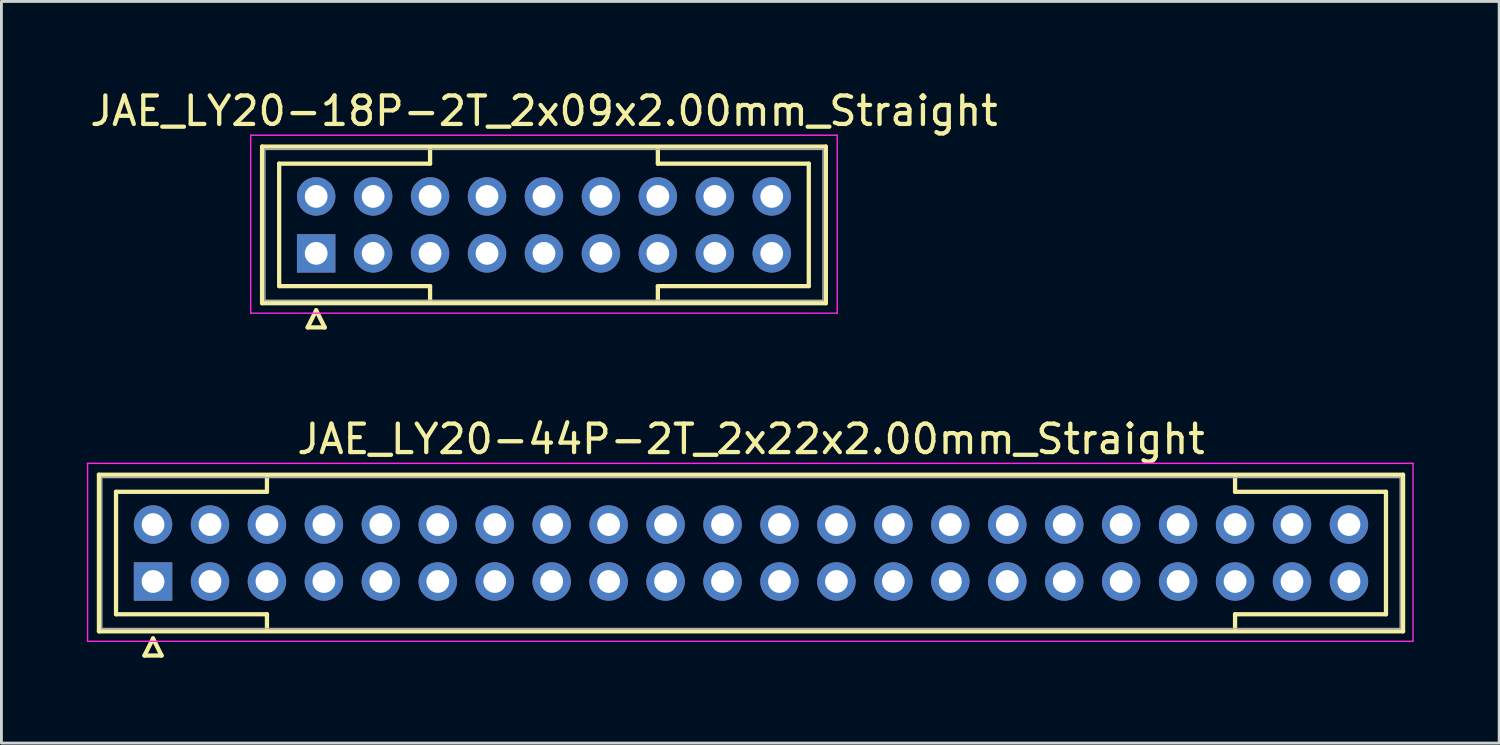
<source format=kicad_pcb>
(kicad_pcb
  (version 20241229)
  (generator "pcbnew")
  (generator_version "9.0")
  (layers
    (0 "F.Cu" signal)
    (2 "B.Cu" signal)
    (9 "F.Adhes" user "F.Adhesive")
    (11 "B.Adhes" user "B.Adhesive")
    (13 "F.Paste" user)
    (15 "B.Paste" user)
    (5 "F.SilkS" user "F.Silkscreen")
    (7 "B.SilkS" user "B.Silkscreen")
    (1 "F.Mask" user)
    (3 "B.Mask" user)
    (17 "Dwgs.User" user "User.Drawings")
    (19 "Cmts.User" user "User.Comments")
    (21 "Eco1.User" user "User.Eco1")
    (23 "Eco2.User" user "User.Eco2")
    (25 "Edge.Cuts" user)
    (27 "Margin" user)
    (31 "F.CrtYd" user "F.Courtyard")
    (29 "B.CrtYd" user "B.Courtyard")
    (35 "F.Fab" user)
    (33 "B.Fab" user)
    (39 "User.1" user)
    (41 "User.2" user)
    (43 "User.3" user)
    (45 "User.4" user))
  (footprint "JAE_LY20-18P-2T_2x09x2.00mm_Straight"
    (layer "F.Cu")
    (at 8.054 5.848)
    (property "Reference" "JAE_LY20-18P-2T_2x09x2.00mm_Straight" (at 8 -5 0) (layer "F.SilkS") (effects (font (size 1 1) (thickness 0.15))))
    (attr through_hole)
    (fp_line (start -1.9 -3.75) (end -1.9 1.75) (stroke (width 0.15) (type solid)) (layer "F.SilkS"))
    (fp_line (start -1.9 1.75) (end 17.9 1.75) (stroke (width 0.15) (type solid)) (layer "F.SilkS"))
    (fp_line (start -1.3 -3.15) (end 4 -3.15) (stroke (width 0.15) (type solid)) (layer "F.SilkS"))
    (fp_line (start -1.3 1.15) (end -1.3 -3.15) (stroke (width 0.15) (type solid)) (layer "F.SilkS"))
    (fp_line (start -0.3 2.6) (end 0.3 2.6) (stroke (width 0.15) (type solid)) (layer "F.SilkS"))
    (fp_line (start 0 2) (end -0.3 2.6) (stroke (width 0.15) (type solid)) (layer "F.SilkS"))
    (fp_line (start 0.3 2.6) (end 0 2) (stroke (width 0.15) (type solid)) (layer "F.SilkS"))
    (fp_line (start 4 -3.15) (end 4 -3.65) (stroke (width 0.15) (type solid)) (layer "F.SilkS"))
    (fp_line (start 4 1.15) (end -1.3 1.15) (stroke (width 0.15) (type solid)) (layer "F.SilkS"))
    (fp_line (start 4 1.65) (end 4 1.15) (stroke (width 0.15) (type solid)) (layer "F.SilkS"))
    (fp_line (start 12 -3.15) (end 12 -3.65) (stroke (width 0.15) (type solid)) (layer "F.SilkS"))
    (fp_line (start 12 1.15) (end 17.3 1.15) (stroke (width 0.15) (type solid)) (layer "F.SilkS"))
    (fp_line (start 12 1.65) (end 12 1.15) (stroke (width 0.15) (type solid)) (layer "F.SilkS"))
    (fp_line (start 17.3 -3.15) (end 12 -3.15) (stroke (width 0.15) (type solid)) (layer "F.SilkS"))
    (fp_line (start 17.3 1.15) (end 17.3 -3.15) (stroke (width 0.15) (type solid)) (layer "F.SilkS"))
    (fp_line (start 17.9 -3.75) (end -1.9 -3.75) (stroke (width 0.15) (type solid)) (layer "F.SilkS"))
    (fp_line (start 17.9 1.75) (end 17.9 -3.75) (stroke (width 0.15) (type solid)) (layer "F.SilkS"))
    (fp_line (start -2.3 -4.15) (end -2.3 2.1) (stroke (width 0.05) (type solid)) (layer "F.CrtYd"))
    (fp_line (start -2.3 2.1) (end 18.3 2.1) (stroke (width 0.05) (type solid)) (layer "F.CrtYd"))
    (fp_line (start 18.3 -4.15) (end -2.3 -4.15) (stroke (width 0.05) (type solid)) (layer "F.CrtYd"))
    (fp_line (start 18.3 2.1) (end 18.3 -4.15) (stroke (width 0.05) (type solid)) (layer "F.CrtYd"))
    (fp_line (start -1.8 -3.65) (end -1.8 1.65) (stroke (width 0.05) (type solid)) (layer "F.Fab"))
    (fp_line (start -1.8 1.65) (end 17.8 1.65) (stroke (width 0.05) (type solid)) (layer "F.Fab"))
    (fp_line (start 17.8 -3.65) (end -1.8 -3.65) (stroke (width 0.05) (type solid)) (layer "F.Fab"))
    (fp_line (start 17.8 1.65) (end 17.8 -3.65) (stroke (width 0.05) (type solid)) (layer "F.Fab"))
    (pad "1" thru_hole rect (at 0 0) (size 1.35 1.35) (drill 0.8) (layers "*.Cu" "*.Mask"))
    (pad "2" thru_hole circle (at 2 0) (size 1.35 1.35) (drill 0.8) (layers "*.Cu" "*.Mask"))
    (pad "3" thru_hole circle (at 4 0) (size 1.35 1.35) (drill 0.8) (layers "*.Cu" "*.Mask"))
    (pad "4" thru_hole circle (at 6 0) (size 1.35 1.35) (drill 0.8) (layers "*.Cu" "*.Mask"))
    (pad "5" thru_hole circle (at 8 0) (size 1.35 1.35) (drill 0.8) (layers "*.Cu" "*.Mask"))
    (pad "6" thru_hole circle (at 10 0) (size 1.35 1.35) (drill 0.8) (layers "*.Cu" "*.Mask"))
    (pad "7" thru_hole circle (at 12 0) (size 1.35 1.35) (drill 0.8) (layers "*.Cu" "*.Mask"))
    (pad "8" thru_hole circle (at 14 0) (size 1.35 1.35) (drill 0.8) (layers "*.Cu" "*.Mask"))
    (pad "9" thru_hole circle (at 16 0) (size 1.35 1.35) (drill 0.8) (layers "*.Cu" "*.Mask"))
    (pad "10" thru_hole circle (at 0 -2) (size 1.35 1.35) (drill 0.8) (layers "*.Cu" "*.Mask"))
    (pad "11" thru_hole circle (at 2 -2) (size 1.35 1.35) (drill 0.8) (layers "*.Cu" "*.Mask"))
    (pad "12" thru_hole circle (at 4 -2) (size 1.35 1.35) (drill 0.8) (layers "*.Cu" "*.Mask"))
    (pad "13" thru_hole circle (at 6 -2) (size 1.35 1.35) (drill 0.8) (layers "*.Cu" "*.Mask"))
    (pad "14" thru_hole circle (at 8 -2) (size 1.35 1.35) (drill 0.8) (layers "*.Cu" "*.Mask"))
    (pad "15" thru_hole circle (at 10 -2) (size 1.35 1.35) (drill 0.8) (layers "*.Cu" "*.Mask"))
    (pad "16" thru_hole circle (at 12 -2) (size 1.35 1.35) (drill 0.8) (layers "*.Cu" "*.Mask"))
    (pad "17" thru_hole circle (at 14 -2) (size 1.35 1.35) (drill 0.8) (layers "*.Cu" "*.Mask"))
    (pad "18" thru_hole circle (at 16 -2) (size 1.35 1.35) (drill 0.8) (layers "*.Cu" "*.Mask")))
  (footprint "JAE_LY20-44P-2T_2x22x2.00mm_Straight"
    (layer "F.Cu")
    (at 2.325 17.372)
    (property "Reference" "JAE_LY20-44P-2T_2x22x2.00mm_Straight" (at 21 -5 0) (layer "F.SilkS") (effects (font (size 1 1) (thickness 0.15))))
    (attr through_hole)
    (fp_line (start -1.9 -3.75) (end -1.9 1.75) (stroke (width 0.15) (type solid)) (layer "F.SilkS"))
    (fp_line (start -1.9 1.75) (end 43.9 1.75) (stroke (width 0.15) (type solid)) (layer "F.SilkS"))
    (fp_line (start -1.3 -3.15) (end 4 -3.15) (stroke (width 0.15) (type solid)) (layer "F.SilkS"))
    (fp_line (start -1.3 1.15) (end -1.3 -3.15) (stroke (width 0.15) (type solid)) (layer "F.SilkS"))
    (fp_line (start -0.3 2.6) (end 0.3 2.6) (stroke (width 0.15) (type solid)) (layer "F.SilkS"))
    (fp_line (start 0 2) (end -0.3 2.6) (stroke (width 0.15) (type solid)) (layer "F.SilkS"))
    (fp_line (start 0.3 2.6) (end 0 2) (stroke (width 0.15) (type solid)) (layer "F.SilkS"))
    (fp_line (start 4 -3.15) (end 4 -3.65) (stroke (width 0.15) (type solid)) (layer "F.SilkS"))
    (fp_line (start 4 1.15) (end -1.3 1.15) (stroke (width 0.15) (type solid)) (layer "F.SilkS"))
    (fp_line (start 4 1.65) (end 4 1.15) (stroke (width 0.15) (type solid)) (layer "F.SilkS"))
    (fp_line (start 38 -3.15) (end 38 -3.65) (stroke (width 0.15) (type solid)) (layer "F.SilkS"))
    (fp_line (start 38 1.15) (end 43.3 1.15) (stroke (width 0.15) (type solid)) (layer "F.SilkS"))
    (fp_line (start 38 1.65) (end 38 1.15) (stroke (width 0.15) (type solid)) (layer "F.SilkS"))
    (fp_line (start 43.3 -3.15) (end 38 -3.15) (stroke (width 0.15) (type solid)) (layer "F.SilkS"))
    (fp_line (start 43.3 1.15) (end 43.3 -3.15) (stroke (width 0.15) (type solid)) (layer "F.SilkS"))
    (fp_line (start 43.9 -3.75) (end -1.9 -3.75) (stroke (width 0.15) (type solid)) (layer "F.SilkS"))
    (fp_line (start 43.9 1.75) (end 43.9 -3.75) (stroke (width 0.15) (type solid)) (layer "F.SilkS"))
    (fp_line (start -2.3 -4.15) (end -2.3 2.1) (stroke (width 0.05) (type solid)) (layer "F.CrtYd"))
    (fp_line (start -2.3 2.1) (end 44.25 2.1) (stroke (width 0.05) (type solid)) (layer "F.CrtYd"))
    (fp_line (start 44.25 -4.15) (end -2.3 -4.15) (stroke (width 0.05) (type solid)) (layer "F.CrtYd"))
    (fp_line (start 44.25 2.1) (end 44.25 -4.15) (stroke (width 0.05) (type solid)) (layer "F.CrtYd"))
    (fp_line (start -1.8 -3.65) (end -1.8 1.65) (stroke (width 0.05) (type solid)) (layer "F.Fab"))
    (fp_line (start -1.8 1.65) (end 43.8 1.65) (stroke (width 0.05) (type solid)) (layer "F.Fab"))
    (fp_line (start 43.8 -3.65) (end -1.8 -3.65) (stroke (width 0.05) (type solid)) (layer "F.Fab"))
    (fp_line (start 43.8 1.65) (end 43.8 -3.65) (stroke (width 0.05) (type solid)) (layer "F.Fab"))
    (pad "1" thru_hole rect (at 0 0) (size 1.35 1.35) (drill 0.8) (layers "*.Cu" "*.Mask"))
    (pad "2" thru_hole circle (at 2 0) (size 1.35 1.35) (drill 0.8) (layers "*.Cu" "*.Mask"))
    (pad "3" thru_hole circle (at 4 0) (size 1.35 1.35) (drill 0.8) (layers "*.Cu" "*.Mask"))
    (pad "4" thru_hole circle (at 6 0) (size 1.35 1.35) (drill 0.8) (layers "*.Cu" "*.Mask"))
    (pad "5" thru_hole circle (at 8 0) (size 1.35 1.35) (drill 0.8) (layers "*.Cu" "*.Mask"))
    (pad "6" thru_hole circle (at 10 0) (size 1.35 1.35) (drill 0.8) (layers "*.Cu" "*.Mask"))
    (pad "7" thru_hole circle (at 12 0) (size 1.35 1.35) (drill 0.8) (layers "*.Cu" "*.Mask"))
    (pad "8" thru_hole circle (at 14 0) (size 1.35 1.35) (drill 0.8) (layers "*.Cu" "*.Mask"))
    (pad "9" thru_hole circle (at 16 0) (size 1.35 1.35) (drill 0.8) (layers "*.Cu" "*.Mask"))
    (pad "10" thru_hole circle (at 18 0) (size 1.35 1.35) (drill 0.8) (layers "*.Cu" "*.Mask"))
    (pad "11" thru_hole circle (at 20 0) (size 1.35 1.35) (drill 0.8) (layers "*.Cu" "*.Mask"))
    (pad "12" thru_hole circle (at 22 0) (size 1.35 1.35) (drill 0.8) (layers "*.Cu" "*.Mask"))
    (pad "13" thru_hole circle (at 24 0) (size 1.35 1.35) (drill 0.8) (layers "*.Cu" "*.Mask"))
    (pad "14" thru_hole circle (at 26 0) (size 1.35 1.35) (drill 0.8) (layers "*.Cu" "*.Mask"))
    (pad "15" thru_hole circle (at 28 0) (size 1.35 1.35) (drill 0.8) (layers "*.Cu" "*.Mask"))
    (pad "16" thru_hole circle (at 30 0) (size 1.35 1.35) (drill 0.8) (layers "*.Cu" "*.Mask"))
    (pad "17" thru_hole circle (at 32 0) (size 1.35 1.35) (drill 0.8) (layers "*.Cu" "*.Mask"))
    (pad "18" thru_hole circle (at 34 0) (size 1.35 1.35) (drill 0.8) (layers "*.Cu" "*.Mask"))
    (pad "19" thru_hole circle (at 36 0) (size 1.35 1.35) (drill 0.8) (layers "*.Cu" "*.Mask"))
    (pad "20" thru_hole circle (at 38 0) (size 1.35 1.35) (drill 0.8) (layers "*.Cu" "*.Mask"))
    (pad "21" thru_hole circle (at 40 0) (size 1.35 1.35) (drill 0.8) (layers "*.Cu" "*.Mask"))
    (pad "22" thru_hole circle (at 42 0) (size 1.35 1.35) (drill 0.8) (layers "*.Cu" "*.Mask"))
    (pad "23" thru_hole circle (at 0 -2) (size 1.35 1.35) (drill 0.8) (layers "*.Cu" "*.Mask"))
    (pad "24" thru_hole circle (at 2 -2) (size 1.35 1.35) (drill 0.8) (layers "*.Cu" "*.Mask"))
    (pad "25" thru_hole circle (at 4 -2) (size 1.35 1.35) (drill 0.8) (layers "*.Cu" "*.Mask"))
    (pad "26" thru_hole circle (at 6 -2) (size 1.35 1.35) (drill 0.8) (layers "*.Cu" "*.Mask"))
    (pad "27" thru_hole circle (at 8 -2) (size 1.35 1.35) (drill 0.8) (layers "*.Cu" "*.Mask"))
    (pad "28" thru_hole circle (at 10 -2) (size 1.35 1.35) (drill 0.8) (layers "*.Cu" "*.Mask"))
    (pad "29" thru_hole circle (at 12 -2) (size 1.35 1.35) (drill 0.8) (layers "*.Cu" "*.Mask"))
    (pad "30" thru_hole circle (at 14 -2) (size 1.35 1.35) (drill 0.8) (layers "*.Cu" "*.Mask"))
    (pad "31" thru_hole circle (at 16 -2) (size 1.35 1.35) (drill 0.8) (layers "*.Cu" "*.Mask"))
    (pad "32" thru_hole circle (at 18 -2) (size 1.35 1.35) (drill 0.8) (layers "*.Cu" "*.Mask"))
    (pad "33" thru_hole circle (at 20 -2) (size 1.35 1.35) (drill 0.8) (layers "*.Cu" "*.Mask"))
    (pad "34" thru_hole circle (at 22 -2) (size 1.35 1.35) (drill 0.8) (layers "*.Cu" "*.Mask"))
    (pad "35" thru_hole circle (at 24 -2) (size 1.35 1.35) (drill 0.8) (layers "*.Cu" "*.Mask"))
    (pad "36" thru_hole circle (at 26 -2) (size 1.35 1.35) (drill 0.8) (layers "*.Cu" "*.Mask"))
    (pad "37" thru_hole circle (at 28 -2) (size 1.35 1.35) (drill 0.8) (layers "*.Cu" "*.Mask"))
    (pad "38" thru_hole circle (at 30 -2) (size 1.35 1.35) (drill 0.8) (layers "*.Cu" "*.Mask"))
    (pad "39" thru_hole circle (at 32 -2) (size 1.35 1.35) (drill 0.8) (layers "*.Cu" "*.Mask"))
    (pad "40" thru_hole circle (at 34 -2) (size 1.35 1.35) (drill 0.8) (layers "*.Cu" "*.Mask"))
    (pad "41" thru_hole circle (at 36 -2) (size 1.35 1.35) (drill 0.8) (layers "*.Cu" "*.Mask"))
    (pad "42" thru_hole circle (at 38 -2) (size 1.35 1.35) (drill 0.8) (layers "*.Cu" "*.Mask"))
    (pad "43" thru_hole circle (at 40 -2) (size 1.35 1.35) (drill 0.8) (layers "*.Cu" "*.Mask"))
    (pad "44" thru_hole circle (at 42 -2) (size 1.35 1.35) (drill 0.8) (layers "*.Cu" "*.Mask")))
  (gr_rect
    (start -3 -3)
    (end 49.6 23.047)
    (stroke (width 0.1) (type default))
    (fill no)
    (layer "Edge.Cuts")))
</source>
